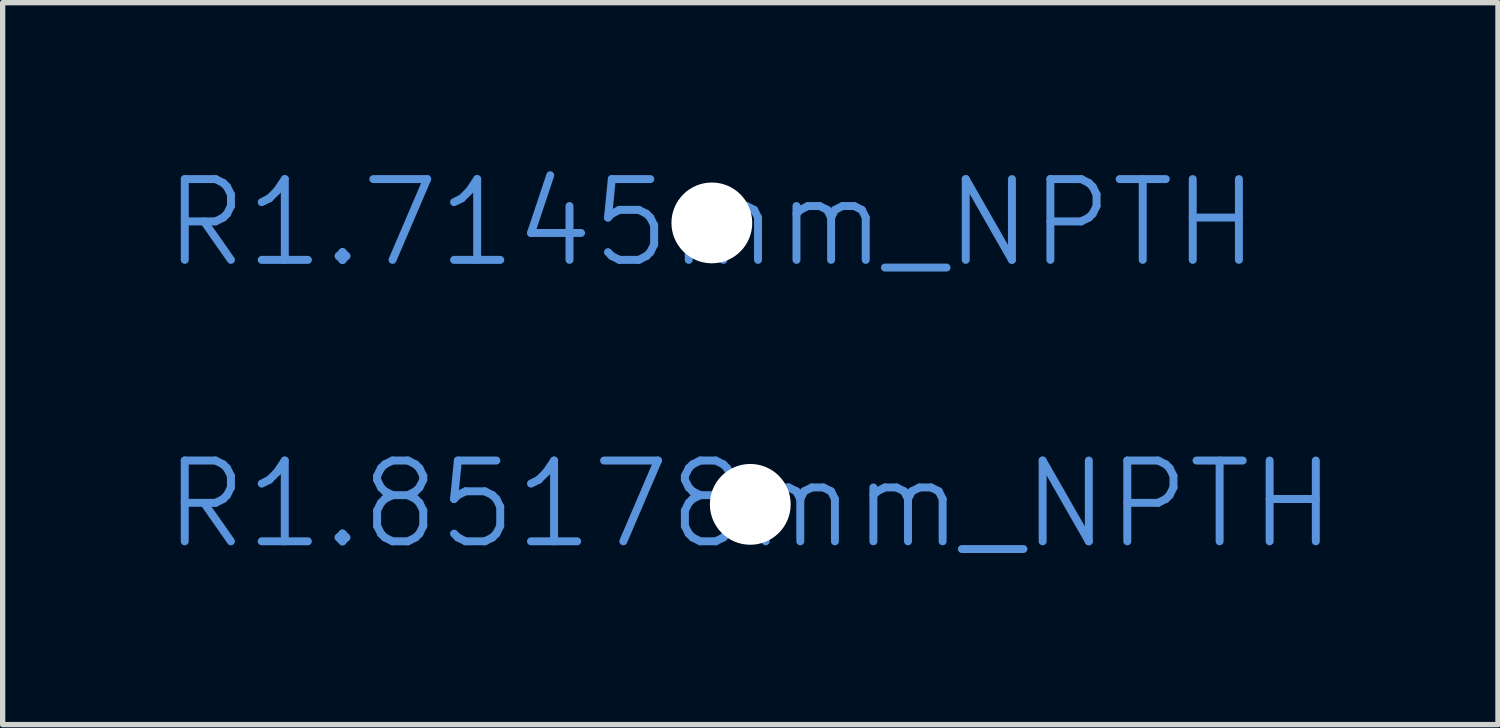
<source format=kicad_pcb>
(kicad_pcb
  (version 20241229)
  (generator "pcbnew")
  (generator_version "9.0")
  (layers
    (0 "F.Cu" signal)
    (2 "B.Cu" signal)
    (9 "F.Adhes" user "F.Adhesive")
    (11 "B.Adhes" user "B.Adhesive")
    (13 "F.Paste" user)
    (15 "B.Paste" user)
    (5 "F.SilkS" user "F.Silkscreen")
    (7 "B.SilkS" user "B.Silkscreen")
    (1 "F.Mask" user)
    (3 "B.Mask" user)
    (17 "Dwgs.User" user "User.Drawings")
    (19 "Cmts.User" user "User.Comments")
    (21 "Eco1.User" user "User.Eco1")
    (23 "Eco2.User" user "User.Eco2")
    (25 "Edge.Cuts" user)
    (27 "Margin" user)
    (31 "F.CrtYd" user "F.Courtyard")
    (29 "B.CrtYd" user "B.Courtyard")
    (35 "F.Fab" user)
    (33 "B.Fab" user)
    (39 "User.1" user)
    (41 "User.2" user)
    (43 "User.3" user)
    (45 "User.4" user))
  (footprint "R1.85178mm_NPTH"
    (layer "F.Cu")
    (at 11.103 6.464)
    (property "Reference" "R1.85178mm_NPTH" (at 0 0 0) (layer "Cmts.User") (effects (font (size 1.524 1.524) (thickness 0.15))))
    (attr exclude_from_pos_files exclude_from_bom)
    (pad "" np_thru_hole circle (at 0 0) (size 1.524 1.524) (drill 1.852) (layers "*.Cu" "*.Mask")))
  (footprint "R1.7145mm_NPTH"
    (layer "F.Cu")
    (at 10.378 1.155)
    (property "Reference" "R1.7145mm_NPTH" (at 0 0 0) (layer "Cmts.User") (effects (font (size 1.524 1.524) (thickness 0.15))))
    (attr exclude_from_pos_files exclude_from_bom)
    (pad "" np_thru_hole circle (at 0 0) (size 1.524 1.524) (drill 1.714) (layers "*.Cu" "*.Mask")))
  (gr_rect
    (start -3 -3)
    (end 25.207 10.619)
    (stroke (width 0.1) (type default))
    (fill no)
    (layer "Edge.Cuts")))
</source>
